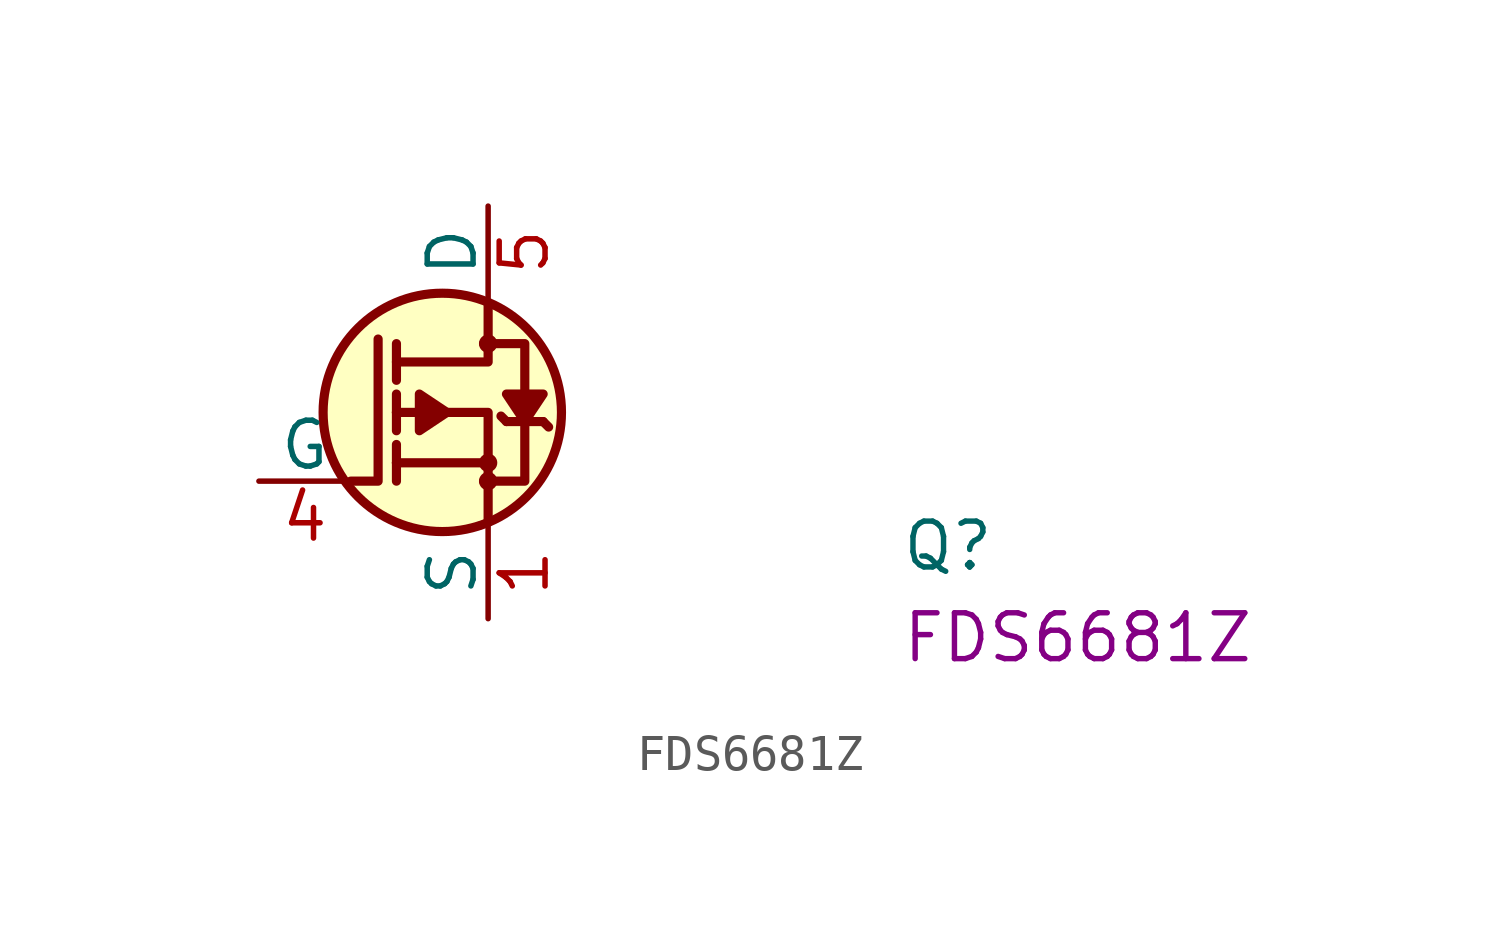
<source format=kicad_sym>
(kicad_symbol_lib
  (version 20220914)
  (generator kicad_symbol_editor)
  (symbol "FDS6681Z"
    (pin_names
      (offset 0))
    (property "Reference" "Q"
      (at 17.78 -2.54 0)
      (effects (font (size 1.27 1.27) (thickness 0.15)) (justify left bottom)))
    (property "MPN" "FDS6681Z"
      (at 17.78 -5.08 0)
      (effects (font (size 1.27 1.27) (thickness 0.15)) (justify left bottom)))
    (symbol "FDS6681Z_1_1"
      (polyline (pts (xy 3.81 0.508) (xy 3.81 0)) (stroke (width 0.254) (type default)) (fill (type background)))
      (polyline (pts (xy 3.81 0.508) (xy 3.81 1.016)) (stroke (width 0.254) (type default)) (fill (type background)))
      (polyline (pts (xy 3.81 1.905) (xy 3.81 1.397)) (stroke (width 0.254) (type default)) (fill (type background)))
      (polyline (pts (xy 3.81 1.905) (xy 3.81 2.413)) (stroke (width 0.254) (type default)) (fill (type background)))
      (polyline (pts (xy 3.81 3.81) (xy 3.81 2.794)) (stroke (width 0.254) (type default)) (fill (type background)))
      (polyline (pts (xy 6.35 0.508) (xy 3.81 0.508)) (stroke (width 0.254) (type default)) (fill (type background)))
      (polyline (pts (xy 6.858 1.651) (xy 6.706 1.803)) (stroke (width 0.254) (type default)) (fill (type background)))
      (polyline (pts (xy 7.874 1.651) (xy 6.858 1.651)) (stroke (width 0.254) (type default)) (fill (type background)))
      (polyline (pts (xy 7.874 1.651) (xy 8.026 1.499)) (stroke (width 0.254) (type default)) (fill (type background)))
      (polyline (pts (xy 2.54 0) (xy 3.302 0) (xy 3.302 3.937)) (stroke (width 0.254) (type default)) (fill (type none)))
      (polyline (pts (xy 6.35 -1.143) (xy 6.35 1.905) (xy 3.81 1.905)) (stroke (width 0.254) (type default)) (fill (type background)))
      (polyline (pts (xy 6.35 4.953) (xy 6.35 3.302) (xy 3.81 3.302)) (stroke (width 0.254) (type default)) (fill (type background)))
      (polyline (pts (xy 5.207 1.905) (xy 4.445 2.413) (xy 4.445 1.397) (xy 5.207 1.905)) (stroke (width 0.254) (type default)) (fill (type outline)))
      (polyline (pts (xy 7.366 1.651) (xy 6.858 2.413) (xy 7.874 2.413) (xy 7.366 1.651)) (stroke (width 0.254) (type default)) (fill (type outline)))
      (polyline (pts (xy 6.223 0) (xy 7.366 0) (xy 7.366 3.302) (xy 7.366 3.81) (xy 6.223 3.81)) (stroke (width 0.254) (type default)) (fill (type background)))
      (circle (center 5.08 1.905) (radius 3.302) (stroke (width 0.254) (type default)) (fill (type background)))
      (circle (center 6.35 0) (radius 0.127) (stroke (width 0.254) (type default)) (fill (type background)))
      (circle (center 6.35 0.508) (radius 0.127) (stroke (width 0.254) (type default)) (fill (type background)))
      (circle (center 6.35 3.81) (radius 0.127) (stroke (width 0.254) (type default)) (fill (type background)))
      (pin passive line (at 6.35 -3.81 90) (length 2.54) (name "S" (effects (font (size 1.27 1.27)))) (number "1" (effects (font (size 1.27 1.27)))))
      (pin passive line (at 6.35 -3.81 90) (length 2.54) hide (name "S" (effects (font (size 1.27 1.27)))) (number "2" (effects (font (size 1.27 1.27)))))
      (pin passive line (at 6.35 -3.81 90) (length 2.54) hide (name "S" (effects (font (size 1.27 1.27)))) (number "3" (effects (font (size 1.27 1.27)))))
      (pin passive line (at 0 0 0) (length 2.54) (name "G" (effects (font (size 1.27 1.27)))) (number "4" (effects (font (size 1.27 1.27)))))
      (pin passive line (at 6.35 7.62 270) (length 2.54) (name "D" (effects (font (size 1.27 1.27)))) (number "5" (effects (font (size 1.27 1.27)))))
      (pin passive line (at 6.35 7.62 270) (length 2.54) hide (name "D" (effects (font (size 1.27 1.27)))) (number "6" (effects (font (size 1.27 1.27)))))
      (pin passive line (at 6.35 7.62 270) (length 2.54) hide (name "D" (effects (font (size 1.27 1.27)))) (number "7" (effects (font (size 1.27 1.27)))))
      (pin passive line (at 6.35 7.62 270) (length 2.54) hide (name "D" (effects (font (size 1.27 1.27)))) (number "8" (effects (font (size 1.27 1.27))))))))
</source>
